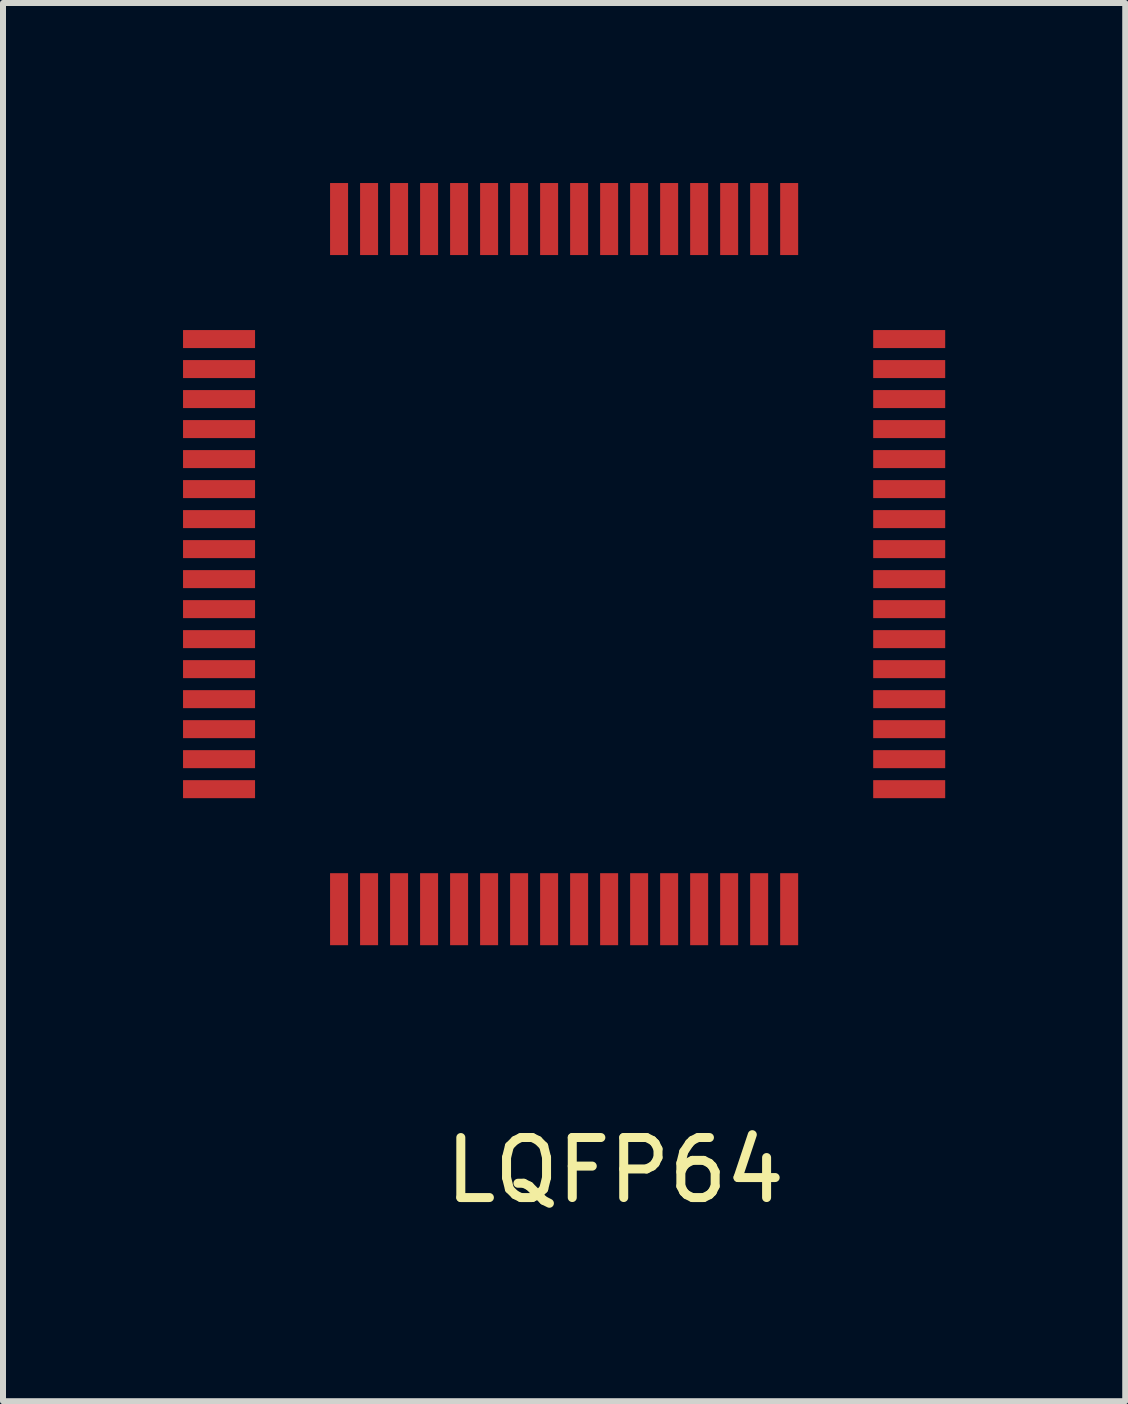
<source format=kicad_pcb>
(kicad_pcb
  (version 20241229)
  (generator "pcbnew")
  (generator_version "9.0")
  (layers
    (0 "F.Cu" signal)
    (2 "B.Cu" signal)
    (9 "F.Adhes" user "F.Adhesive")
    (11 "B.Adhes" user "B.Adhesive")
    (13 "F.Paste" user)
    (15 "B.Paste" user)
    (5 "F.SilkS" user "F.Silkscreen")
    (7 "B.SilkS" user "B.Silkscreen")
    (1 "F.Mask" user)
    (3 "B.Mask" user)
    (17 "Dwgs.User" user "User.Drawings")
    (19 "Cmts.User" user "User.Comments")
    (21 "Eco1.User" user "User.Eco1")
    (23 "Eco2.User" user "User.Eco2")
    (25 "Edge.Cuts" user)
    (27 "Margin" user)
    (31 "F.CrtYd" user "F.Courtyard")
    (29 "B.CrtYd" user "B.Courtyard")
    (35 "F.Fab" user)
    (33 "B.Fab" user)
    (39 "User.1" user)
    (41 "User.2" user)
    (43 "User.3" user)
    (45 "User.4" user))
  (footprint "LQFP64"
    (layer "F.Cu")
    (at 6.35 6.45)
    (property "Reference" "LQFP64" (at 0.85 10 0) (layer "F.SilkS") (effects (font (size 1 1) (thickness 0.15))))
    (attr through_hole)
    (pad "1" smd rect (at -3.75 5.65) (size 0.3 1.2) (layers "F.Cu" "F.Mask" "F.Paste"))
    (pad "2" smd rect (at -3.25 5.65) (size 0.3 1.2) (layers "F.Cu" "F.Mask" "F.Paste"))
    (pad "3" smd rect (at -2.75 5.65) (size 0.3 1.2) (layers "F.Cu" "F.Mask" "F.Paste"))
    (pad "4" smd rect (at -2.25 5.65) (size 0.3 1.2) (layers "F.Cu" "F.Mask" "F.Paste"))
    (pad "5" smd rect (at -1.75 5.65) (size 0.3 1.2) (layers "F.Cu" "F.Mask" "F.Paste"))
    (pad "6" smd rect (at -1.25 5.65) (size 0.3 1.2) (layers "F.Cu" "F.Mask" "F.Paste"))
    (pad "7" smd rect (at -0.75 5.65) (size 0.3 1.2) (layers "F.Cu" "F.Mask" "F.Paste"))
    (pad "8" smd rect (at -0.25 5.65) (size 0.3 1.2) (layers "F.Cu" "F.Mask" "F.Paste"))
    (pad "9" smd rect (at 0.25 5.65) (size 0.3 1.2) (layers "F.Cu" "F.Mask" "F.Paste"))
    (pad "10" smd rect (at 0.75 5.65) (size 0.3 1.2) (layers "F.Cu" "F.Mask" "F.Paste"))
    (pad "11" smd rect (at 1.25 5.65) (size 0.3 1.2) (layers "F.Cu" "F.Mask" "F.Paste"))
    (pad "12" smd rect (at 1.75 5.65) (size 0.3 1.2) (layers "F.Cu" "F.Mask" "F.Paste"))
    (pad "13" smd rect (at 2.25 5.65) (size 0.3 1.2) (layers "F.Cu" "F.Mask" "F.Paste"))
    (pad "14" smd rect (at 2.75 5.65) (size 0.3 1.2) (layers "F.Cu" "F.Mask" "F.Paste"))
    (pad "15" smd rect (at 3.25 5.65) (size 0.3 1.2) (layers "F.Cu" "F.Mask" "F.Paste"))
    (pad "16" smd rect (at 3.75 5.65) (size 0.3 1.2) (layers "F.Cu" "F.Mask" "F.Paste"))
    (pad "17" smd rect (at 5.75 3.65) (size 1.2 0.3) (layers "F.Cu" "F.Mask" "F.Paste"))
    (pad "18" smd rect (at 5.75 3.15) (size 1.2 0.3) (layers "F.Cu" "F.Mask" "F.Paste"))
    (pad "19" smd rect (at 5.75 2.65) (size 1.2 0.3) (layers "F.Cu" "F.Mask" "F.Paste"))
    (pad "20" smd rect (at 5.75 2.15) (size 1.2 0.3) (layers "F.Cu" "F.Mask" "F.Paste"))
    (pad "21" smd rect (at 5.75 1.65) (size 1.2 0.3) (layers "F.Cu" "F.Mask" "F.Paste"))
    (pad "22" smd rect (at 5.75 1.15) (size 1.2 0.3) (layers "F.Cu" "F.Mask" "F.Paste"))
    (pad "23" smd rect (at 5.75 0.65) (size 1.2 0.3) (layers "F.Cu" "F.Mask" "F.Paste"))
    (pad "24" smd rect (at 5.75 0.15) (size 1.2 0.3) (layers "F.Cu" "F.Mask" "F.Paste"))
    (pad "25" smd rect (at 5.75 -0.35) (size 1.2 0.3) (layers "F.Cu" "F.Mask" "F.Paste"))
    (pad "26" smd rect (at 5.75 -0.85) (size 1.2 0.3) (layers "F.Cu" "F.Mask" "F.Paste"))
    (pad "27" smd rect (at 5.75 -1.35) (size 1.2 0.3) (layers "F.Cu" "F.Mask" "F.Paste"))
    (pad "28" smd rect (at 5.75 -1.85) (size 1.2 0.3) (layers "F.Cu" "F.Mask" "F.Paste"))
    (pad "29" smd rect (at 5.75 -2.35) (size 1.2 0.3) (layers "F.Cu" "F.Mask" "F.Paste"))
    (pad "30" smd rect (at 5.75 -2.85) (size 1.2 0.3) (layers "F.Cu" "F.Mask" "F.Paste"))
    (pad "31" smd rect (at 5.75 -3.35) (size 1.2 0.3) (layers "F.Cu" "F.Mask" "F.Paste"))
    (pad "32" smd rect (at 5.75 -3.85) (size 1.2 0.3) (layers "F.Cu" "F.Mask" "F.Paste"))
    (pad "33" smd rect (at 3.75 -5.85) (size 0.3 1.2) (layers "F.Cu" "F.Mask" "F.Paste"))
    (pad "34" smd rect (at 3.25 -5.85) (size 0.3 1.2) (layers "F.Cu" "F.Mask" "F.Paste"))
    (pad "35" smd rect (at 2.75 -5.85) (size 0.3 1.2) (layers "F.Cu" "F.Mask" "F.Paste"))
    (pad "36" smd rect (at 2.25 -5.85) (size 0.3 1.2) (layers "F.Cu" "F.Mask" "F.Paste"))
    (pad "37" smd rect (at 1.75 -5.85) (size 0.3 1.2) (layers "F.Cu" "F.Mask" "F.Paste"))
    (pad "38" smd rect (at 1.25 -5.85) (size 0.3 1.2) (layers "F.Cu" "F.Mask" "F.Paste"))
    (pad "39" smd rect (at 0.75 -5.85) (size 0.3 1.2) (layers "F.Cu" "F.Mask" "F.Paste"))
    (pad "40" smd rect (at 0.25 -5.85) (size 0.3 1.2) (layers "F.Cu" "F.Mask" "F.Paste"))
    (pad "41" smd rect (at -0.25 -5.85) (size 0.3 1.2) (layers "F.Cu" "F.Mask" "F.Paste"))
    (pad "42" smd rect (at -0.75 -5.85) (size 0.3 1.2) (layers "F.Cu" "F.Mask" "F.Paste"))
    (pad "43" smd rect (at -1.25 -5.85) (size 0.3 1.2) (layers "F.Cu" "F.Mask" "F.Paste"))
    (pad "44" smd rect (at -1.75 -5.85) (size 0.3 1.2) (layers "F.Cu" "F.Mask" "F.Paste"))
    (pad "45" smd rect (at -2.25 -5.85) (size 0.3 1.2) (layers "F.Cu" "F.Mask" "F.Paste"))
    (pad "46" smd rect (at -2.75 -5.85) (size 0.3 1.2) (layers "F.Cu" "F.Mask" "F.Paste"))
    (pad "47" smd rect (at -3.25 -5.85) (size 0.3 1.2) (layers "F.Cu" "F.Mask" "F.Paste"))
    (pad "48" smd rect (at -3.75 -5.85) (size 0.3 1.2) (layers "F.Cu" "F.Mask" "F.Paste"))
    (pad "49" smd rect (at -5.75 -3.85) (size 1.2 0.3) (layers "F.Cu" "F.Mask" "F.Paste"))
    (pad "50" smd rect (at -5.75 -3.35) (size 1.2 0.3) (layers "F.Cu" "F.Mask" "F.Paste"))
    (pad "51" smd rect (at -5.75 -2.85) (size 1.2 0.3) (layers "F.Cu" "F.Mask" "F.Paste"))
    (pad "52" smd rect (at -5.75 -2.35) (size 1.2 0.3) (layers "F.Cu" "F.Mask" "F.Paste"))
    (pad "53" smd rect (at -5.75 -1.85) (size 1.2 0.3) (layers "F.Cu" "F.Mask" "F.Paste"))
    (pad "54" smd rect (at -5.75 -1.35) (size 1.2 0.3) (layers "F.Cu" "F.Mask" "F.Paste"))
    (pad "55" smd rect (at -5.75 -0.85) (size 1.2 0.3) (layers "F.Cu" "F.Mask" "F.Paste"))
    (pad "56" smd rect (at -5.75 -0.35) (size 1.2 0.3) (layers "F.Cu" "F.Mask" "F.Paste"))
    (pad "57" smd rect (at -5.75 0.15) (size 1.2 0.3) (layers "F.Cu" "F.Mask" "F.Paste"))
    (pad "58" smd rect (at -5.75 0.65) (size 1.2 0.3) (layers "F.Cu" "F.Mask" "F.Paste"))
    (pad "59" smd rect (at -5.75 1.15) (size 1.2 0.3) (layers "F.Cu" "F.Mask" "F.Paste"))
    (pad "60" smd rect (at -5.75 1.65) (size 1.2 0.3) (layers "F.Cu" "F.Mask" "F.Paste"))
    (pad "61" smd rect (at -5.75 2.15) (size 1.2 0.3) (layers "F.Cu" "F.Mask" "F.Paste"))
    (pad "62" smd rect (at -5.75 2.65) (size 1.2 0.3) (layers "F.Cu" "F.Mask" "F.Paste"))
    (pad "63" smd rect (at -5.75 3.15) (size 1.2 0.3) (layers "F.Cu" "F.Mask" "F.Paste"))
    (pad "64" smd rect (at -5.75 3.65) (size 1.2 0.3) (layers "F.Cu" "F.Mask" "F.Paste")))
  (gr_rect
    (start -3 -3)
    (end 15.7 20.298)
    (stroke (width 0.1) (type default))
    (fill no)
    (layer "Edge.Cuts")))
</source>
